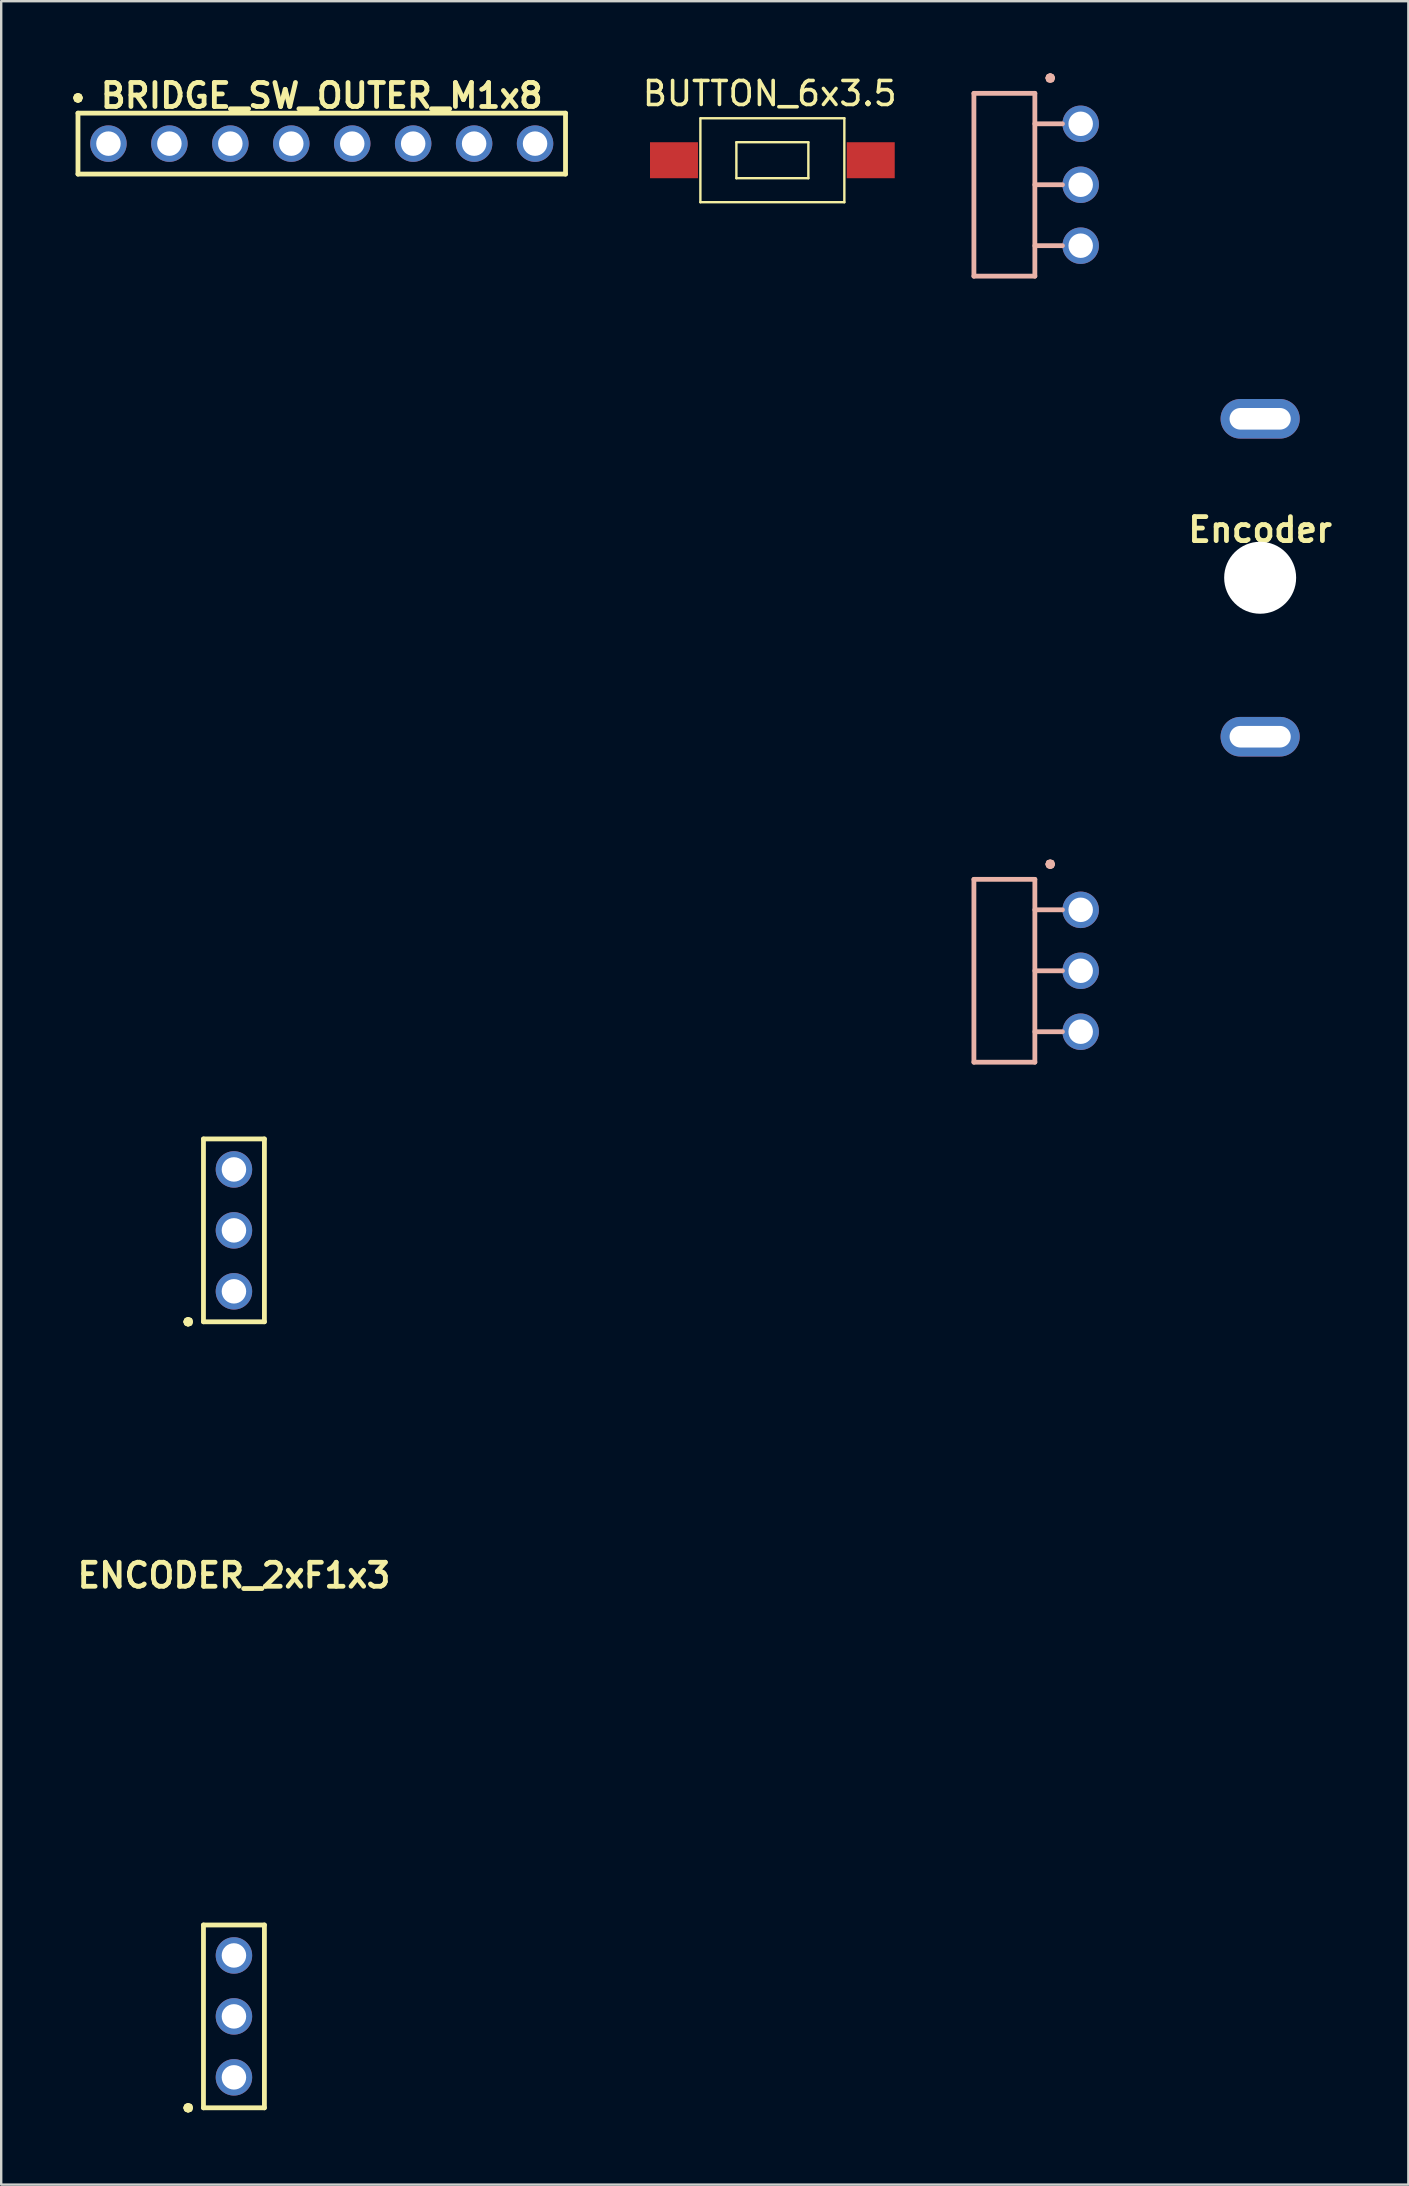
<source format=kicad_pcb>
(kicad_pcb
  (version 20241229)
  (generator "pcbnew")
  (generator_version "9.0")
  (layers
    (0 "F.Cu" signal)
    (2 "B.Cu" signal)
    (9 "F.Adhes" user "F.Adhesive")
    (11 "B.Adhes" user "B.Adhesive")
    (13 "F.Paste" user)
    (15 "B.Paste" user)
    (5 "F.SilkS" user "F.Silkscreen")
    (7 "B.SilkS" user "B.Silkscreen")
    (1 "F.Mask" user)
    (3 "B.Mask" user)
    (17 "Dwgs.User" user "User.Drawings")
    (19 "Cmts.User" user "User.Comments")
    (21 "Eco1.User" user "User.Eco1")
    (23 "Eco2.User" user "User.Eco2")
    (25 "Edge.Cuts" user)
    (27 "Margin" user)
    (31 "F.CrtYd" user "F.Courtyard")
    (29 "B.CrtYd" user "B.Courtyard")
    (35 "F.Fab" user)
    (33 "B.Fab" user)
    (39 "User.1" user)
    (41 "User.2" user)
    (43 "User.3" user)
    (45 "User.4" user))
  (footprint "ENCODER_2xF1x3"
    (layer "F.Cu")
    (at 6.7 64.61)
    (property "Reference" "ENCODER_2xF1x3" (at 0 -2 0) (layer "F.SilkS") (effects (font (size 1 1) (thickness 0.2))))
    (attr through_hole)
    (fp_line (start -2.01 -12.57) (end -1.98 -12.5) (stroke (width 0.2) (type solid)) (layer "F.SilkS"))
    (fp_line (start -2.01 20.19) (end -1.98 20.26) (stroke (width 0.2) (type solid)) (layer "F.SilkS"))
    (fp_line (start -1.98 -12.64) (end -2.01 -12.57) (stroke (width 0.2) (type solid)) (layer "F.SilkS"))
    (fp_line (start -1.98 -12.5) (end -1.91 -12.47) (stroke (width 0.2) (type solid)) (layer "F.SilkS"))
    (fp_line (start -1.98 20.12) (end -2.01 20.19) (stroke (width 0.2) (type solid)) (layer "F.SilkS"))
    (fp_line (start -1.98 20.26) (end -1.91 20.29) (stroke (width 0.2) (type solid)) (layer "F.SilkS"))
    (fp_line (start -1.91 -12.67) (end -1.98 -12.64) (stroke (width 0.2) (type solid)) (layer "F.SilkS"))
    (fp_line (start -1.91 -12.47) (end -1.83 -12.5) (stroke (width 0.2) (type solid)) (layer "F.SilkS"))
    (fp_line (start -1.91 20.09) (end -1.98 20.12) (stroke (width 0.2) (type solid)) (layer "F.SilkS"))
    (fp_line (start -1.91 20.29) (end -1.83 20.26) (stroke (width 0.2) (type solid)) (layer "F.SilkS"))
    (fp_line (start -1.83 -12.64) (end -1.91 -12.67) (stroke (width 0.2) (type solid)) (layer "F.SilkS"))
    (fp_line (start -1.83 -12.5) (end -1.81 -12.57) (stroke (width 0.2) (type solid)) (layer "F.SilkS"))
    (fp_line (start -1.83 20.12) (end -1.91 20.09) (stroke (width 0.2) (type solid)) (layer "F.SilkS"))
    (fp_line (start -1.83 20.26) (end -1.81 20.19) (stroke (width 0.2) (type solid)) (layer "F.SilkS"))
    (fp_line (start -1.81 -12.57) (end -1.83 -12.64) (stroke (width 0.2) (type solid)) (layer "F.SilkS"))
    (fp_line (start -1.81 20.19) (end -1.83 20.12) (stroke (width 0.2) (type solid)) (layer "F.SilkS"))
    (fp_line (start -1.27 -20.19) (end -1.27 -12.57) (stroke (width 0.2) (type solid)) (layer "F.SilkS"))
    (fp_line (start -1.27 -12.57) (end 1.27 -12.57) (stroke (width 0.2) (type solid)) (layer "F.SilkS"))
    (fp_line (start -1.27 12.57) (end -1.27 20.19) (stroke (width 0.2) (type solid)) (layer "F.SilkS"))
    (fp_line (start -1.27 20.19) (end 1.27 20.19) (stroke (width 0.2) (type solid)) (layer "F.SilkS"))
    (fp_line (start 1.27 -20.19) (end -1.27 -20.19) (stroke (width 0.2) (type solid)) (layer "F.SilkS"))
    (fp_line (start 1.27 -12.57) (end 1.27 -20.19) (stroke (width 0.2) (type solid)) (layer "F.SilkS"))
    (fp_line (start 1.27 12.57) (end -1.27 12.57) (stroke (width 0.2) (type solid)) (layer "F.SilkS"))
    (fp_line (start 1.27 20.19) (end 1.27 12.57) (stroke (width 0.2) (type solid)) (layer "F.SilkS"))
    (pad "1" thru_hole circle (at 0 18.92) (size 1.52 1.52) (drill 1.02) (layers "*.Cu" "*.Mask"))
    (pad "2" thru_hole circle (at 0 16.38) (size 1.52 1.52) (drill 1.02) (layers "*.Cu" "*.Mask"))
    (pad "3" thru_hole circle (at 0 13.84) (size 1.52 1.52) (drill 1.02) (layers "*.Cu" "*.Mask"))
    (pad "4" thru_hole circle (at 0 -13.84) (size 1.52 1.52) (drill 1.02) (layers "*.Cu" "*.Mask"))
    (pad "5" thru_hole circle (at 0 -16.38) (size 1.52 1.52) (drill 1.02) (layers "*.Cu" "*.Mask"))
    (pad "6" thru_hole circle (at 0 -18.92) (size 1.52 1.52) (drill 1.02) (layers "*.Cu" "*.Mask")))
  (footprint "BUTTON_6x3.5"
    (layer "F.Cu")
    (at 29.141 3.628)
    (property "Reference" "BUTTON_6x3.5" (at -0.11 -2.78 0) (layer "F.SilkS") (effects (font (size 1 1) (thickness 0.15))))
    (attr through_hole)
    (fp_line (start -3 -1.75) (end -3 1.75) (stroke (width 0.1) (type solid)) (layer "F.SilkS"))
    (fp_line (start -3 1.75) (end 3 1.75) (stroke (width 0.1) (type solid)) (layer "F.SilkS"))
    (fp_line (start -1.5 -0.75) (end -1.5 0.75) (stroke (width 0.1) (type solid)) (layer "F.SilkS"))
    (fp_line (start -1.5 0.75) (end 1.5 0.75) (stroke (width 0.1) (type solid)) (layer "F.SilkS"))
    (fp_line (start 1.5 -0.75) (end -1.5 -0.75) (stroke (width 0.1) (type solid)) (layer "F.SilkS"))
    (fp_line (start 1.5 0.75) (end 1.5 -0.75) (stroke (width 0.1) (type solid)) (layer "F.SilkS"))
    (fp_line (start 3 -1.75) (end -2.99 -1.75) (stroke (width 0.1) (type solid)) (layer "F.SilkS"))
    (fp_line (start 3 1.75) (end 3 -1.75) (stroke (width 0.1) (type solid)) (layer "F.SilkS"))
    (pad "1" smd rect (at -4.1 0) (size 2 1.5) (layers "F.Cu" "F.Mask" "F.Paste"))
    (pad "2" smd rect (at 4.1 0) (size 2 1.5) (layers "F.Cu" "F.Mask" "F.Paste")))
  (footprint "BRIDGE_SW_OUTER_M1x8"
    (layer "F.Cu")
    (at 10.36 2.936)
    (property "Reference" "BRIDGE_SW_OUTER_M1x8" (at 0 -2 0) (layer "F.SilkS") (effects (font (size 1 1) (thickness 0.2))))
    (attr through_hole)
    (fp_line (start -10.26 -1.91) (end -10.23 -1.83) (stroke (width 0.2) (type solid)) (layer "F.SilkS"))
    (fp_line (start -10.23 -1.98) (end -10.26 -1.91) (stroke (width 0.2) (type solid)) (layer "F.SilkS"))
    (fp_line (start -10.23 -1.83) (end -10.16 -1.8) (stroke (width 0.2) (type solid)) (layer "F.SilkS"))
    (fp_line (start -10.16 -2.01) (end -10.23 -1.98) (stroke (width 0.2) (type solid)) (layer "F.SilkS"))
    (fp_line (start -10.16 -1.8) (end -10.09 -1.83) (stroke (width 0.2) (type solid)) (layer "F.SilkS"))
    (fp_line (start -10.16 -1.27) (end -10.16 1.27) (stroke (width 0.2) (type solid)) (layer "F.SilkS"))
    (fp_line (start -10.16 1.27) (end 10.16 1.27) (stroke (width 0.2) (type solid)) (layer "F.SilkS"))
    (fp_line (start -10.09 -1.98) (end -10.16 -2.01) (stroke (width 0.2) (type solid)) (layer "F.SilkS"))
    (fp_line (start -10.09 -1.83) (end -10.06 -1.91) (stroke (width 0.2) (type solid)) (layer "F.SilkS"))
    (fp_line (start -10.06 -1.91) (end -10.09 -1.98) (stroke (width 0.2) (type solid)) (layer "F.SilkS"))
    (fp_line (start 10.16 -1.27) (end -10.16 -1.27) (stroke (width 0.2) (type solid)) (layer "F.SilkS"))
    (fp_line (start 10.16 1.27) (end 10.16 -1.27) (stroke (width 0.2) (type solid)) (layer "F.SilkS"))
    (pad "1" thru_hole circle (at -8.89 0) (size 1.52 1.52) (drill 1.02) (layers "*.Cu" "*.Mask"))
    (pad "2" thru_hole circle (at -6.35 0) (size 1.52 1.52) (drill 1.02) (layers "*.Cu" "*.Mask"))
    (pad "3" thru_hole circle (at -3.81 0) (size 1.52 1.52) (drill 1.02) (layers "*.Cu" "*.Mask"))
    (pad "4" thru_hole circle (at -1.27 0) (size 1.52 1.52) (drill 1.02) (layers "*.Cu" "*.Mask"))
    (pad "5" thru_hole circle (at 1.27 0) (size 1.52 1.52) (drill 1.02) (layers "*.Cu" "*.Mask"))
    (pad "6" thru_hole circle (at 3.81 0) (size 1.52 1.52) (drill 1.02) (layers "*.Cu" "*.Mask"))
    (pad "7" thru_hole circle (at 6.35 0) (size 1.52 1.52) (drill 1.02) (layers "*.Cu" "*.Mask"))
    (pad "8" thru_hole circle (at 8.89 0) (size 1.52 1.52) (drill 1.02) (layers "*.Cu" "*.Mask")))
  (footprint "Encoder"
    (layer "F.Cu")
    (at 49.471 21.03)
    (property "Reference" "Encoder" (at 0 -2 0) (layer "F.SilkS") (effects (font (size 1 1) (thickness 0.2))))
    (attr through_hole)
    (fp_line (start -11.93 -20.19) (end -9.39 -20.19) (stroke (width 0.2) (type solid)) (layer "B.SilkS"))
    (fp_line (start -11.93 -12.57) (end -11.93 -20.19) (stroke (width 0.2) (type solid)) (layer "B.SilkS"))
    (fp_line (start -11.93 12.57) (end -9.39 12.57) (stroke (width 0.2) (type solid)) (layer "B.SilkS"))
    (fp_line (start -11.93 20.19) (end -11.93 12.57) (stroke (width 0.2) (type solid)) (layer "B.SilkS"))
    (fp_line (start -9.39 -20.19) (end -9.39 -12.57) (stroke (width 0.2) (type solid)) (layer "B.SilkS"))
    (fp_line (start -9.39 -12.57) (end -11.93 -12.57) (stroke (width 0.2) (type solid)) (layer "B.SilkS"))
    (fp_line (start -9.39 12.57) (end -9.39 20.19) (stroke (width 0.2) (type solid)) (layer "B.SilkS"))
    (fp_line (start -9.39 20.19) (end -11.93 20.19) (stroke (width 0.2) (type solid)) (layer "B.SilkS"))
    (fp_line (start -8.85 -20.83) (end -8.82 -20.75) (stroke (width 0.2) (type solid)) (layer "B.SilkS"))
    (fp_line (start -8.85 11.94) (end -8.82 12.01) (stroke (width 0.2) (type solid)) (layer "B.SilkS"))
    (fp_line (start -8.82 -20.9) (end -8.85 -20.83) (stroke (width 0.2) (type solid)) (layer "B.SilkS"))
    (fp_line (start -8.82 -20.75) (end -8.75 -20.73) (stroke (width 0.2) (type solid)) (layer "B.SilkS"))
    (fp_line (start -8.82 11.86) (end -8.85 11.94) (stroke (width 0.2) (type solid)) (layer "B.SilkS"))
    (fp_line (start -8.82 12.01) (end -8.75 12.04) (stroke (width 0.2) (type solid)) (layer "B.SilkS"))
    (fp_line (start -8.75 -20.93) (end -8.82 -20.9) (stroke (width 0.2) (type solid)) (layer "B.SilkS"))
    (fp_line (start -8.75 -20.73) (end -8.68 -20.75) (stroke (width 0.2) (type solid)) (layer "B.SilkS"))
    (fp_line (start -8.75 11.84) (end -8.82 11.86) (stroke (width 0.2) (type solid)) (layer "B.SilkS"))
    (fp_line (start -8.75 12.04) (end -8.68 12.01) (stroke (width 0.2) (type solid)) (layer "B.SilkS"))
    (fp_line (start -8.68 -20.9) (end -8.75 -20.93) (stroke (width 0.2) (type solid)) (layer "B.SilkS"))
    (fp_line (start -8.68 -20.75) (end -8.65 -20.83) (stroke (width 0.2) (type solid)) (layer "B.SilkS"))
    (fp_line (start -8.68 11.86) (end -8.75 11.84) (stroke (width 0.2) (type solid)) (layer "B.SilkS"))
    (fp_line (start -8.68 12.01) (end -8.65 11.94) (stroke (width 0.2) (type solid)) (layer "B.SilkS"))
    (fp_line (start -8.65 -20.83) (end -8.68 -20.9) (stroke (width 0.2) (type solid)) (layer "B.SilkS"))
    (fp_line (start -8.65 11.94) (end -8.68 11.86) (stroke (width 0.2) (type solid)) (layer "B.SilkS"))
    (fp_line (start -8.24 -18.92) (end -9.39 -18.92) (stroke (width 0.2) (type solid)) (layer "B.SilkS"))
    (fp_line (start -8.24 -16.38) (end -9.39 -16.38) (stroke (width 0.2) (type solid)) (layer "B.SilkS"))
    (fp_line (start -8.24 -13.84) (end -9.39 -13.84) (stroke (width 0.2) (type solid)) (layer "B.SilkS"))
    (fp_line (start -8.24 13.84) (end -9.39 13.84) (stroke (width 0.2) (type solid)) (layer "B.SilkS"))
    (fp_line (start -8.24 16.38) (end -9.39 16.38) (stroke (width 0.2) (type solid)) (layer "B.SilkS"))
    (fp_line (start -8.24 18.92) (end -9.39 18.92) (stroke (width 0.2) (type solid)) (layer "B.SilkS"))
    (pad "" np_thru_hole circle (at 0 0) (size 3 3) (drill 3) (layers "*.Cu" "*.Mask"))
    (pad "1" thru_hole circle (at -7.48 18.92) (size 1.52 1.52) (drill 1.02) (layers "*.Cu" "*.Mask"))
    (pad "2" thru_hole circle (at -7.48 16.38) (size 1.52 1.52) (drill 1.02) (layers "*.Cu" "*.Mask"))
    (pad "3" thru_hole circle (at -7.48 13.84) (size 1.52 1.52) (drill 1.02) (layers "*.Cu" "*.Mask"))
    (pad "4" thru_hole circle (at -7.48 -13.84) (size 1.52 1.52) (drill 1.02) (layers "*.Cu" "*.Mask"))
    (pad "5" thru_hole circle (at -7.48 -16.38) (size 1.52 1.52) (drill 1.02) (layers "*.Cu" "*.Mask"))
    (pad "6" thru_hole circle (at -7.48 -18.92) (size 1.52 1.52) (drill 1.02) (layers "*.Cu" "*.Mask"))
    (pad "7" thru_hole oval (at 0 6.625) (size 3.3 1.65) (drill oval 2.55 0.9) (layers "*.Cu" "*.Mask"))
    (pad "8" thru_hole oval (at 0 -6.625) (size 3.3 1.65) (drill oval 2.55 0.9) (layers "*.Cu" "*.Mask")))
  (gr_rect
    (start -3 -3)
    (end 55.648 88)
    (stroke (width 0.1) (type default))
    (fill no)
    (layer "Edge.Cuts")))
</source>
